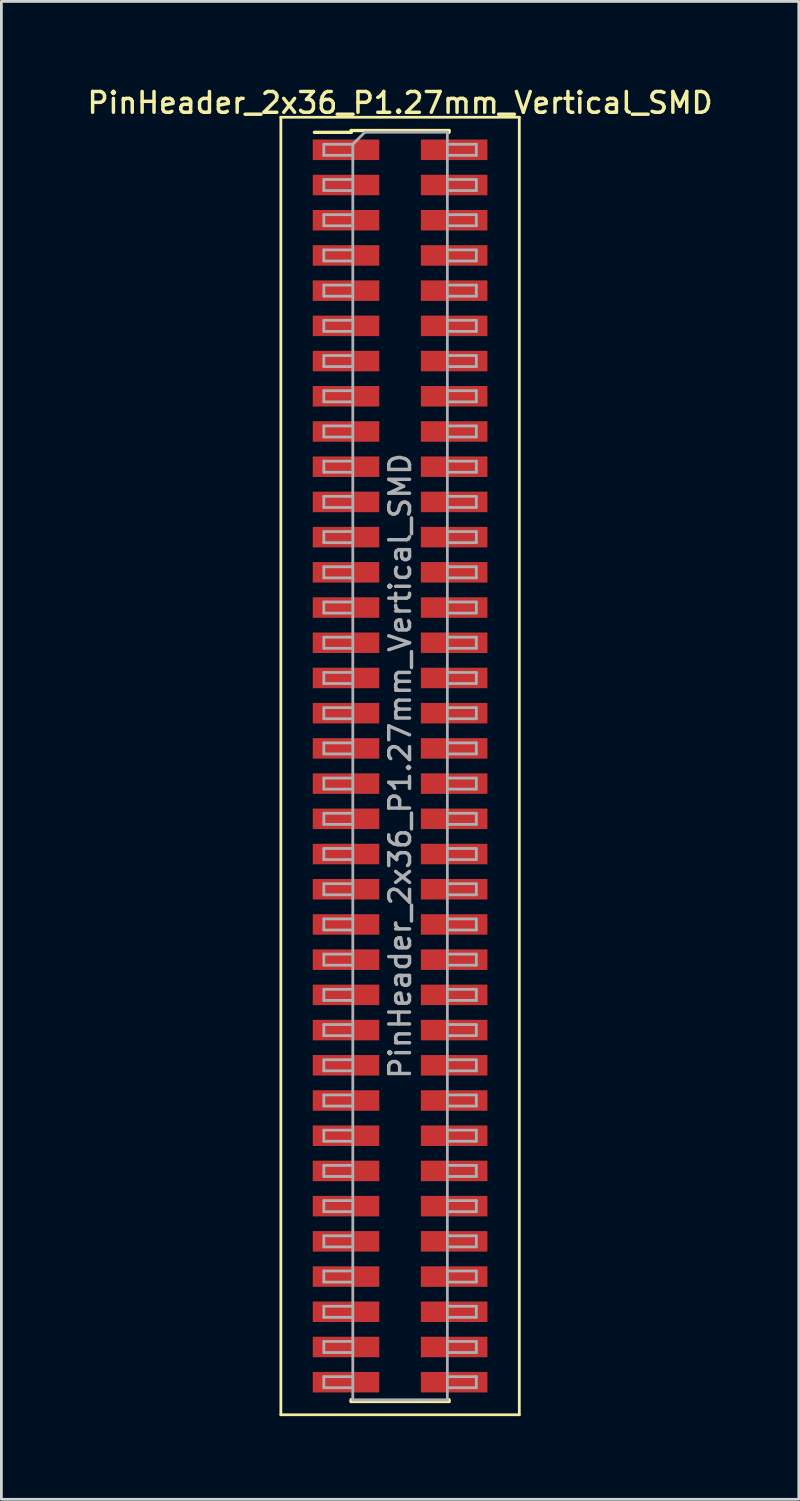
<source format=kicad_pcb>
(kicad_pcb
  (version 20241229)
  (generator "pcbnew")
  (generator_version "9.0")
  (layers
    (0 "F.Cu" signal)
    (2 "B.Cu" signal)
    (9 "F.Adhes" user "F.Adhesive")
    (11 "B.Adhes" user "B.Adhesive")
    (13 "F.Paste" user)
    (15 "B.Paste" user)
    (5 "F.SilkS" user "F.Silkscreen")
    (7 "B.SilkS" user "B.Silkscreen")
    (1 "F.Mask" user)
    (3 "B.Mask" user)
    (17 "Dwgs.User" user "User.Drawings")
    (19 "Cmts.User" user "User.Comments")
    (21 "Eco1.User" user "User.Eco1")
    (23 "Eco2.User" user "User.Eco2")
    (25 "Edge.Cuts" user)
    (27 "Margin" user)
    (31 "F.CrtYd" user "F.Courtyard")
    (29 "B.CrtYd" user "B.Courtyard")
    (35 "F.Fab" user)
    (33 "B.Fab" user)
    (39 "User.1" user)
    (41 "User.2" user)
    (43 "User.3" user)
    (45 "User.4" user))
  (footprint "PinHeader_2x36_P1.27mm_Vertical_SMD"
    (layer "F.Cu")
    (at 11.38 24.578)
    (property "Reference" "PinHeader_2x36_P1.27mm_Vertical_SMD" (at 0 -23.92 0) (layer "F.SilkS") (effects (font (size 0.75 0.75) (thickness 0.125))))
    (attr smd)
    (fp_line (start -4.3 -23.4) (end -4.3 23.4) (stroke (width 0.1) (type solid)) (layer "F.SilkS"))
    (fp_line (start -4.3 23.4) (end 4.3 23.4) (stroke (width 0.1) (type solid)) (layer "F.SilkS"))
    (fp_line (start -3.09 -22.855) (end -1.765 -22.855) (stroke (width 0.12) (type solid)) (layer "F.SilkS"))
    (fp_line (start -1.765 -22.92) (end -1.765 -22.855) (stroke (width 0.12) (type solid)) (layer "F.SilkS"))
    (fp_line (start -1.765 -22.92) (end 1.765 -22.92) (stroke (width 0.12) (type solid)) (layer "F.SilkS"))
    (fp_line (start -1.765 22.855) (end -1.765 22.92) (stroke (width 0.12) (type solid)) (layer "F.SilkS"))
    (fp_line (start -1.765 22.92) (end 1.765 22.92) (stroke (width 0.12) (type solid)) (layer "F.SilkS"))
    (fp_line (start 1.765 -22.92) (end 1.765 -22.855) (stroke (width 0.12) (type solid)) (layer "F.SilkS"))
    (fp_line (start 1.765 22.855) (end 1.765 22.92) (stroke (width 0.12) (type solid)) (layer "F.SilkS"))
    (fp_line (start 4.3 -23.4) (end -4.3 -23.4) (stroke (width 0.1) (type solid)) (layer "F.SilkS"))
    (fp_line (start 4.3 23.4) (end 4.3 -23.4) (stroke (width 0.1) (type solid)) (layer "F.SilkS"))
    (fp_line (start -2.75 -22.425) (end -2.75 -22.025) (stroke (width 0.1) (type solid)) (layer "F.Fab"))
    (fp_line (start -2.75 -22.025) (end -1.705 -22.025) (stroke (width 0.1) (type solid)) (layer "F.Fab"))
    (fp_line (start -2.75 -21.155) (end -2.75 -20.755) (stroke (width 0.1) (type solid)) (layer "F.Fab"))
    (fp_line (start -2.75 -20.755) (end -1.705 -20.755) (stroke (width 0.1) (type solid)) (layer "F.Fab"))
    (fp_line (start -2.75 -19.885) (end -2.75 -19.485) (stroke (width 0.1) (type solid)) (layer "F.Fab"))
    (fp_line (start -2.75 -19.485) (end -1.705 -19.485) (stroke (width 0.1) (type solid)) (layer "F.Fab"))
    (fp_line (start -2.75 -18.615) (end -2.75 -18.215) (stroke (width 0.1) (type solid)) (layer "F.Fab"))
    (fp_line (start -2.75 -18.215) (end -1.705 -18.215) (stroke (width 0.1) (type solid)) (layer "F.Fab"))
    (fp_line (start -2.75 -17.345) (end -2.75 -16.945) (stroke (width 0.1) (type solid)) (layer "F.Fab"))
    (fp_line (start -2.75 -16.945) (end -1.705 -16.945) (stroke (width 0.1) (type solid)) (layer "F.Fab"))
    (fp_line (start -2.75 -16.075) (end -2.75 -15.675) (stroke (width 0.1) (type solid)) (layer "F.Fab"))
    (fp_line (start -2.75 -15.675) (end -1.705 -15.675) (stroke (width 0.1) (type solid)) (layer "F.Fab"))
    (fp_line (start -2.75 -14.805) (end -2.75 -14.405) (stroke (width 0.1) (type solid)) (layer "F.Fab"))
    (fp_line (start -2.75 -14.405) (end -1.705 -14.405) (stroke (width 0.1) (type solid)) (layer "F.Fab"))
    (fp_line (start -2.75 -13.535) (end -2.75 -13.135) (stroke (width 0.1) (type solid)) (layer "F.Fab"))
    (fp_line (start -2.75 -13.135) (end -1.705 -13.135) (stroke (width 0.1) (type solid)) (layer "F.Fab"))
    (fp_line (start -2.75 -12.265) (end -2.75 -11.865) (stroke (width 0.1) (type solid)) (layer "F.Fab"))
    (fp_line (start -2.75 -11.865) (end -1.705 -11.865) (stroke (width 0.1) (type solid)) (layer "F.Fab"))
    (fp_line (start -2.75 -10.995) (end -2.75 -10.595) (stroke (width 0.1) (type solid)) (layer "F.Fab"))
    (fp_line (start -2.75 -10.595) (end -1.705 -10.595) (stroke (width 0.1) (type solid)) (layer "F.Fab"))
    (fp_line (start -2.75 -9.725) (end -2.75 -9.325) (stroke (width 0.1) (type solid)) (layer "F.Fab"))
    (fp_line (start -2.75 -9.325) (end -1.705 -9.325) (stroke (width 0.1) (type solid)) (layer "F.Fab"))
    (fp_line (start -2.75 -8.455) (end -2.75 -8.055) (stroke (width 0.1) (type solid)) (layer "F.Fab"))
    (fp_line (start -2.75 -8.055) (end -1.705 -8.055) (stroke (width 0.1) (type solid)) (layer "F.Fab"))
    (fp_line (start -2.75 -7.185) (end -2.75 -6.785) (stroke (width 0.1) (type solid)) (layer "F.Fab"))
    (fp_line (start -2.75 -6.785) (end -1.705 -6.785) (stroke (width 0.1) (type solid)) (layer "F.Fab"))
    (fp_line (start -2.75 -5.915) (end -2.75 -5.515) (stroke (width 0.1) (type solid)) (layer "F.Fab"))
    (fp_line (start -2.75 -5.515) (end -1.705 -5.515) (stroke (width 0.1) (type solid)) (layer "F.Fab"))
    (fp_line (start -2.75 -4.645) (end -2.75 -4.245) (stroke (width 0.1) (type solid)) (layer "F.Fab"))
    (fp_line (start -2.75 -4.245) (end -1.705 -4.245) (stroke (width 0.1) (type solid)) (layer "F.Fab"))
    (fp_line (start -2.75 -3.375) (end -2.75 -2.975) (stroke (width 0.1) (type solid)) (layer "F.Fab"))
    (fp_line (start -2.75 -2.975) (end -1.705 -2.975) (stroke (width 0.1) (type solid)) (layer "F.Fab"))
    (fp_line (start -2.75 -2.105) (end -2.75 -1.705) (stroke (width 0.1) (type solid)) (layer "F.Fab"))
    (fp_line (start -2.75 -1.705) (end -1.705 -1.705) (stroke (width 0.1) (type solid)) (layer "F.Fab"))
    (fp_line (start -2.75 -0.835) (end -2.75 -0.435) (stroke (width 0.1) (type solid)) (layer "F.Fab"))
    (fp_line (start -2.75 -0.435) (end -1.705 -0.435) (stroke (width 0.1) (type solid)) (layer "F.Fab"))
    (fp_line (start -2.75 0.435) (end -2.75 0.835) (stroke (width 0.1) (type solid)) (layer "F.Fab"))
    (fp_line (start -2.75 0.835) (end -1.705 0.835) (stroke (width 0.1) (type solid)) (layer "F.Fab"))
    (fp_line (start -2.75 1.705) (end -2.75 2.105) (stroke (width 0.1) (type solid)) (layer "F.Fab"))
    (fp_line (start -2.75 2.105) (end -1.705 2.105) (stroke (width 0.1) (type solid)) (layer "F.Fab"))
    (fp_line (start -2.75 2.975) (end -2.75 3.375) (stroke (width 0.1) (type solid)) (layer "F.Fab"))
    (fp_line (start -2.75 3.375) (end -1.705 3.375) (stroke (width 0.1) (type solid)) (layer "F.Fab"))
    (fp_line (start -2.75 4.245) (end -2.75 4.645) (stroke (width 0.1) (type solid)) (layer "F.Fab"))
    (fp_line (start -2.75 4.645) (end -1.705 4.645) (stroke (width 0.1) (type solid)) (layer "F.Fab"))
    (fp_line (start -2.75 5.515) (end -2.75 5.915) (stroke (width 0.1) (type solid)) (layer "F.Fab"))
    (fp_line (start -2.75 5.915) (end -1.705 5.915) (stroke (width 0.1) (type solid)) (layer "F.Fab"))
    (fp_line (start -2.75 6.785) (end -2.75 7.185) (stroke (width 0.1) (type solid)) (layer "F.Fab"))
    (fp_line (start -2.75 7.185) (end -1.705 7.185) (stroke (width 0.1) (type solid)) (layer "F.Fab"))
    (fp_line (start -2.75 8.055) (end -2.75 8.455) (stroke (width 0.1) (type solid)) (layer "F.Fab"))
    (fp_line (start -2.75 8.455) (end -1.705 8.455) (stroke (width 0.1) (type solid)) (layer "F.Fab"))
    (fp_line (start -2.75 9.325) (end -2.75 9.725) (stroke (width 0.1) (type solid)) (layer "F.Fab"))
    (fp_line (start -2.75 9.725) (end -1.705 9.725) (stroke (width 0.1) (type solid)) (layer "F.Fab"))
    (fp_line (start -2.75 10.595) (end -2.75 10.995) (stroke (width 0.1) (type solid)) (layer "F.Fab"))
    (fp_line (start -2.75 10.995) (end -1.705 10.995) (stroke (width 0.1) (type solid)) (layer "F.Fab"))
    (fp_line (start -2.75 11.865) (end -2.75 12.265) (stroke (width 0.1) (type solid)) (layer "F.Fab"))
    (fp_line (start -2.75 12.265) (end -1.705 12.265) (stroke (width 0.1) (type solid)) (layer "F.Fab"))
    (fp_line (start -2.75 13.135) (end -2.75 13.535) (stroke (width 0.1) (type solid)) (layer "F.Fab"))
    (fp_line (start -2.75 13.535) (end -1.705 13.535) (stroke (width 0.1) (type solid)) (layer "F.Fab"))
    (fp_line (start -2.75 14.405) (end -2.75 14.805) (stroke (width 0.1) (type solid)) (layer "F.Fab"))
    (fp_line (start -2.75 14.805) (end -1.705 14.805) (stroke (width 0.1) (type solid)) (layer "F.Fab"))
    (fp_line (start -2.75 15.675) (end -2.75 16.075) (stroke (width 0.1) (type solid)) (layer "F.Fab"))
    (fp_line (start -2.75 16.075) (end -1.705 16.075) (stroke (width 0.1) (type solid)) (layer "F.Fab"))
    (fp_line (start -2.75 16.945) (end -2.75 17.345) (stroke (width 0.1) (type solid)) (layer "F.Fab"))
    (fp_line (start -2.75 17.345) (end -1.705 17.345) (stroke (width 0.1) (type solid)) (layer "F.Fab"))
    (fp_line (start -2.75 18.215) (end -2.75 18.615) (stroke (width 0.1) (type solid)) (layer "F.Fab"))
    (fp_line (start -2.75 18.615) (end -1.705 18.615) (stroke (width 0.1) (type solid)) (layer "F.Fab"))
    (fp_line (start -2.75 19.485) (end -2.75 19.885) (stroke (width 0.1) (type solid)) (layer "F.Fab"))
    (fp_line (start -2.75 19.885) (end -1.705 19.885) (stroke (width 0.1) (type solid)) (layer "F.Fab"))
    (fp_line (start -2.75 20.755) (end -2.75 21.155) (stroke (width 0.1) (type solid)) (layer "F.Fab"))
    (fp_line (start -2.75 21.155) (end -1.705 21.155) (stroke (width 0.1) (type solid)) (layer "F.Fab"))
    (fp_line (start -2.75 22.025) (end -2.75 22.425) (stroke (width 0.1) (type solid)) (layer "F.Fab"))
    (fp_line (start -2.75 22.425) (end -1.705 22.425) (stroke (width 0.1) (type solid)) (layer "F.Fab"))
    (fp_line (start -1.705 -22.425) (end -2.75 -22.425) (stroke (width 0.1) (type solid)) (layer "F.Fab"))
    (fp_line (start -1.705 -22.425) (end -1.27 -22.86) (stroke (width 0.1) (type solid)) (layer "F.Fab"))
    (fp_line (start -1.705 -21.155) (end -2.75 -21.155) (stroke (width 0.1) (type solid)) (layer "F.Fab"))
    (fp_line (start -1.705 -19.885) (end -2.75 -19.885) (stroke (width 0.1) (type solid)) (layer "F.Fab"))
    (fp_line (start -1.705 -18.615) (end -2.75 -18.615) (stroke (width 0.1) (type solid)) (layer "F.Fab"))
    (fp_line (start -1.705 -17.345) (end -2.75 -17.345) (stroke (width 0.1) (type solid)) (layer "F.Fab"))
    (fp_line (start -1.705 -16.075) (end -2.75 -16.075) (stroke (width 0.1) (type solid)) (layer "F.Fab"))
    (fp_line (start -1.705 -14.805) (end -2.75 -14.805) (stroke (width 0.1) (type solid)) (layer "F.Fab"))
    (fp_line (start -1.705 -13.535) (end -2.75 -13.535) (stroke (width 0.1) (type solid)) (layer "F.Fab"))
    (fp_line (start -1.705 -12.265) (end -2.75 -12.265) (stroke (width 0.1) (type solid)) (layer "F.Fab"))
    (fp_line (start -1.705 -10.995) (end -2.75 -10.995) (stroke (width 0.1) (type solid)) (layer "F.Fab"))
    (fp_line (start -1.705 -9.725) (end -2.75 -9.725) (stroke (width 0.1) (type solid)) (layer "F.Fab"))
    (fp_line (start -1.705 -8.455) (end -2.75 -8.455) (stroke (width 0.1) (type solid)) (layer "F.Fab"))
    (fp_line (start -1.705 -7.185) (end -2.75 -7.185) (stroke (width 0.1) (type solid)) (layer "F.Fab"))
    (fp_line (start -1.705 -5.915) (end -2.75 -5.915) (stroke (width 0.1) (type solid)) (layer "F.Fab"))
    (fp_line (start -1.705 -4.645) (end -2.75 -4.645) (stroke (width 0.1) (type solid)) (layer "F.Fab"))
    (fp_line (start -1.705 -3.375) (end -2.75 -3.375) (stroke (width 0.1) (type solid)) (layer "F.Fab"))
    (fp_line (start -1.705 -2.105) (end -2.75 -2.105) (stroke (width 0.1) (type solid)) (layer "F.Fab"))
    (fp_line (start -1.705 -0.835) (end -2.75 -0.835) (stroke (width 0.1) (type solid)) (layer "F.Fab"))
    (fp_line (start -1.705 0.435) (end -2.75 0.435) (stroke (width 0.1) (type solid)) (layer "F.Fab"))
    (fp_line (start -1.705 1.705) (end -2.75 1.705) (stroke (width 0.1) (type solid)) (layer "F.Fab"))
    (fp_line (start -1.705 2.975) (end -2.75 2.975) (stroke (width 0.1) (type solid)) (layer "F.Fab"))
    (fp_line (start -1.705 4.245) (end -2.75 4.245) (stroke (width 0.1) (type solid)) (layer "F.Fab"))
    (fp_line (start -1.705 5.515) (end -2.75 5.515) (stroke (width 0.1) (type solid)) (layer "F.Fab"))
    (fp_line (start -1.705 6.785) (end -2.75 6.785) (stroke (width 0.1) (type solid)) (layer "F.Fab"))
    (fp_line (start -1.705 8.055) (end -2.75 8.055) (stroke (width 0.1) (type solid)) (layer "F.Fab"))
    (fp_line (start -1.705 9.325) (end -2.75 9.325) (stroke (width 0.1) (type solid)) (layer "F.Fab"))
    (fp_line (start -1.705 10.595) (end -2.75 10.595) (stroke (width 0.1) (type solid)) (layer "F.Fab"))
    (fp_line (start -1.705 11.865) (end -2.75 11.865) (stroke (width 0.1) (type solid)) (layer "F.Fab"))
    (fp_line (start -1.705 13.135) (end -2.75 13.135) (stroke (width 0.1) (type solid)) (layer "F.Fab"))
    (fp_line (start -1.705 14.405) (end -2.75 14.405) (stroke (width 0.1) (type solid)) (layer "F.Fab"))
    (fp_line (start -1.705 15.675) (end -2.75 15.675) (stroke (width 0.1) (type solid)) (layer "F.Fab"))
    (fp_line (start -1.705 16.945) (end -2.75 16.945) (stroke (width 0.1) (type solid)) (layer "F.Fab"))
    (fp_line (start -1.705 18.215) (end -2.75 18.215) (stroke (width 0.1) (type solid)) (layer "F.Fab"))
    (fp_line (start -1.705 19.485) (end -2.75 19.485) (stroke (width 0.1) (type solid)) (layer "F.Fab"))
    (fp_line (start -1.705 20.755) (end -2.75 20.755) (stroke (width 0.1) (type solid)) (layer "F.Fab"))
    (fp_line (start -1.705 22.025) (end -2.75 22.025) (stroke (width 0.1) (type solid)) (layer "F.Fab"))
    (fp_line (start -1.705 22.86) (end -1.705 -22.425) (stroke (width 0.1) (type solid)) (layer "F.Fab"))
    (fp_line (start -1.27 -22.86) (end 1.705 -22.86) (stroke (width 0.1) (type solid)) (layer "F.Fab"))
    (fp_line (start 1.705 -22.86) (end 1.705 22.86) (stroke (width 0.1) (type solid)) (layer "F.Fab"))
    (fp_line (start 1.705 -22.425) (end 2.75 -22.425) (stroke (width 0.1) (type solid)) (layer "F.Fab"))
    (fp_line (start 1.705 -21.155) (end 2.75 -21.155) (stroke (width 0.1) (type solid)) (layer "F.Fab"))
    (fp_line (start 1.705 -19.885) (end 2.75 -19.885) (stroke (width 0.1) (type solid)) (layer "F.Fab"))
    (fp_line (start 1.705 -18.615) (end 2.75 -18.615) (stroke (width 0.1) (type solid)) (layer "F.Fab"))
    (fp_line (start 1.705 -17.345) (end 2.75 -17.345) (stroke (width 0.1) (type solid)) (layer "F.Fab"))
    (fp_line (start 1.705 -16.075) (end 2.75 -16.075) (stroke (width 0.1) (type solid)) (layer "F.Fab"))
    (fp_line (start 1.705 -14.805) (end 2.75 -14.805) (stroke (width 0.1) (type solid)) (layer "F.Fab"))
    (fp_line (start 1.705 -13.535) (end 2.75 -13.535) (stroke (width 0.1) (type solid)) (layer "F.Fab"))
    (fp_line (start 1.705 -12.265) (end 2.75 -12.265) (stroke (width 0.1) (type solid)) (layer "F.Fab"))
    (fp_line (start 1.705 -10.995) (end 2.75 -10.995) (stroke (width 0.1) (type solid)) (layer "F.Fab"))
    (fp_line (start 1.705 -9.725) (end 2.75 -9.725) (stroke (width 0.1) (type solid)) (layer "F.Fab"))
    (fp_line (start 1.705 -8.455) (end 2.75 -8.455) (stroke (width 0.1) (type solid)) (layer "F.Fab"))
    (fp_line (start 1.705 -7.185) (end 2.75 -7.185) (stroke (width 0.1) (type solid)) (layer "F.Fab"))
    (fp_line (start 1.705 -5.915) (end 2.75 -5.915) (stroke (width 0.1) (type solid)) (layer "F.Fab"))
    (fp_line (start 1.705 -4.645) (end 2.75 -4.645) (stroke (width 0.1) (type solid)) (layer "F.Fab"))
    (fp_line (start 1.705 -3.375) (end 2.75 -3.375) (stroke (width 0.1) (type solid)) (layer "F.Fab"))
    (fp_line (start 1.705 -2.105) (end 2.75 -2.105) (stroke (width 0.1) (type solid)) (layer "F.Fab"))
    (fp_line (start 1.705 -0.835) (end 2.75 -0.835) (stroke (width 0.1) (type solid)) (layer "F.Fab"))
    (fp_line (start 1.705 0.435) (end 2.75 0.435) (stroke (width 0.1) (type solid)) (layer "F.Fab"))
    (fp_line (start 1.705 1.705) (end 2.75 1.705) (stroke (width 0.1) (type solid)) (layer "F.Fab"))
    (fp_line (start 1.705 2.975) (end 2.75 2.975) (stroke (width 0.1) (type solid)) (layer "F.Fab"))
    (fp_line (start 1.705 4.245) (end 2.75 4.245) (stroke (width 0.1) (type solid)) (layer "F.Fab"))
    (fp_line (start 1.705 5.515) (end 2.75 5.515) (stroke (width 0.1) (type solid)) (layer "F.Fab"))
    (fp_line (start 1.705 6.785) (end 2.75 6.785) (stroke (width 0.1) (type solid)) (layer "F.Fab"))
    (fp_line (start 1.705 8.055) (end 2.75 8.055) (stroke (width 0.1) (type solid)) (layer "F.Fab"))
    (fp_line (start 1.705 9.325) (end 2.75 9.325) (stroke (width 0.1) (type solid)) (layer "F.Fab"))
    (fp_line (start 1.705 10.595) (end 2.75 10.595) (stroke (width 0.1) (type solid)) (layer "F.Fab"))
    (fp_line (start 1.705 11.865) (end 2.75 11.865) (stroke (width 0.1) (type solid)) (layer "F.Fab"))
    (fp_line (start 1.705 13.135) (end 2.75 13.135) (stroke (width 0.1) (type solid)) (layer "F.Fab"))
    (fp_line (start 1.705 14.405) (end 2.75 14.405) (stroke (width 0.1) (type solid)) (layer "F.Fab"))
    (fp_line (start 1.705 15.675) (end 2.75 15.675) (stroke (width 0.1) (type solid)) (layer "F.Fab"))
    (fp_line (start 1.705 16.945) (end 2.75 16.945) (stroke (width 0.1) (type solid)) (layer "F.Fab"))
    (fp_line (start 1.705 18.215) (end 2.75 18.215) (stroke (width 0.1) (type solid)) (layer "F.Fab"))
    (fp_line (start 1.705 19.485) (end 2.75 19.485) (stroke (width 0.1) (type solid)) (layer "F.Fab"))
    (fp_line (start 1.705 20.755) (end 2.75 20.755) (stroke (width 0.1) (type solid)) (layer "F.Fab"))
    (fp_line (start 1.705 22.025) (end 2.75 22.025) (stroke (width 0.1) (type solid)) (layer "F.Fab"))
    (fp_line (start 1.705 22.86) (end -1.705 22.86) (stroke (width 0.1) (type solid)) (layer "F.Fab"))
    (fp_line (start 2.75 -22.425) (end 2.75 -22.025) (stroke (width 0.1) (type solid)) (layer "F.Fab"))
    (fp_line (start 2.75 -22.025) (end 1.705 -22.025) (stroke (width 0.1) (type solid)) (layer "F.Fab"))
    (fp_line (start 2.75 -21.155) (end 2.75 -20.755) (stroke (width 0.1) (type solid)) (layer "F.Fab"))
    (fp_line (start 2.75 -20.755) (end 1.705 -20.755) (stroke (width 0.1) (type solid)) (layer "F.Fab"))
    (fp_line (start 2.75 -19.885) (end 2.75 -19.485) (stroke (width 0.1) (type solid)) (layer "F.Fab"))
    (fp_line (start 2.75 -19.485) (end 1.705 -19.485) (stroke (width 0.1) (type solid)) (layer "F.Fab"))
    (fp_line (start 2.75 -18.615) (end 2.75 -18.215) (stroke (width 0.1) (type solid)) (layer "F.Fab"))
    (fp_line (start 2.75 -18.215) (end 1.705 -18.215) (stroke (width 0.1) (type solid)) (layer "F.Fab"))
    (fp_line (start 2.75 -17.345) (end 2.75 -16.945) (stroke (width 0.1) (type solid)) (layer "F.Fab"))
    (fp_line (start 2.75 -16.945) (end 1.705 -16.945) (stroke (width 0.1) (type solid)) (layer "F.Fab"))
    (fp_line (start 2.75 -16.075) (end 2.75 -15.675) (stroke (width 0.1) (type solid)) (layer "F.Fab"))
    (fp_line (start 2.75 -15.675) (end 1.705 -15.675) (stroke (width 0.1) (type solid)) (layer "F.Fab"))
    (fp_line (start 2.75 -14.805) (end 2.75 -14.405) (stroke (width 0.1) (type solid)) (layer "F.Fab"))
    (fp_line (start 2.75 -14.405) (end 1.705 -14.405) (stroke (width 0.1) (type solid)) (layer "F.Fab"))
    (fp_line (start 2.75 -13.535) (end 2.75 -13.135) (stroke (width 0.1) (type solid)) (layer "F.Fab"))
    (fp_line (start 2.75 -13.135) (end 1.705 -13.135) (stroke (width 0.1) (type solid)) (layer "F.Fab"))
    (fp_line (start 2.75 -12.265) (end 2.75 -11.865) (stroke (width 0.1) (type solid)) (layer "F.Fab"))
    (fp_line (start 2.75 -11.865) (end 1.705 -11.865) (stroke (width 0.1) (type solid)) (layer "F.Fab"))
    (fp_line (start 2.75 -10.995) (end 2.75 -10.595) (stroke (width 0.1) (type solid)) (layer "F.Fab"))
    (fp_line (start 2.75 -10.595) (end 1.705 -10.595) (stroke (width 0.1) (type solid)) (layer "F.Fab"))
    (fp_line (start 2.75 -9.725) (end 2.75 -9.325) (stroke (width 0.1) (type solid)) (layer "F.Fab"))
    (fp_line (start 2.75 -9.325) (end 1.705 -9.325) (stroke (width 0.1) (type solid)) (layer "F.Fab"))
    (fp_line (start 2.75 -8.455) (end 2.75 -8.055) (stroke (width 0.1) (type solid)) (layer "F.Fab"))
    (fp_line (start 2.75 -8.055) (end 1.705 -8.055) (stroke (width 0.1) (type solid)) (layer "F.Fab"))
    (fp_line (start 2.75 -7.185) (end 2.75 -6.785) (stroke (width 0.1) (type solid)) (layer "F.Fab"))
    (fp_line (start 2.75 -6.785) (end 1.705 -6.785) (stroke (width 0.1) (type solid)) (layer "F.Fab"))
    (fp_line (start 2.75 -5.915) (end 2.75 -5.515) (stroke (width 0.1) (type solid)) (layer "F.Fab"))
    (fp_line (start 2.75 -5.515) (end 1.705 -5.515) (stroke (width 0.1) (type solid)) (layer "F.Fab"))
    (fp_line (start 2.75 -4.645) (end 2.75 -4.245) (stroke (width 0.1) (type solid)) (layer "F.Fab"))
    (fp_line (start 2.75 -4.245) (end 1.705 -4.245) (stroke (width 0.1) (type solid)) (layer "F.Fab"))
    (fp_line (start 2.75 -3.375) (end 2.75 -2.975) (stroke (width 0.1) (type solid)) (layer "F.Fab"))
    (fp_line (start 2.75 -2.975) (end 1.705 -2.975) (stroke (width 0.1) (type solid)) (layer "F.Fab"))
    (fp_line (start 2.75 -2.105) (end 2.75 -1.705) (stroke (width 0.1) (type solid)) (layer "F.Fab"))
    (fp_line (start 2.75 -1.705) (end 1.705 -1.705) (stroke (width 0.1) (type solid)) (layer "F.Fab"))
    (fp_line (start 2.75 -0.835) (end 2.75 -0.435) (stroke (width 0.1) (type solid)) (layer "F.Fab"))
    (fp_line (start 2.75 -0.435) (end 1.705 -0.435) (stroke (width 0.1) (type solid)) (layer "F.Fab"))
    (fp_line (start 2.75 0.435) (end 2.75 0.835) (stroke (width 0.1) (type solid)) (layer "F.Fab"))
    (fp_line (start 2.75 0.835) (end 1.705 0.835) (stroke (width 0.1) (type solid)) (layer "F.Fab"))
    (fp_line (start 2.75 1.705) (end 2.75 2.105) (stroke (width 0.1) (type solid)) (layer "F.Fab"))
    (fp_line (start 2.75 2.105) (end 1.705 2.105) (stroke (width 0.1) (type solid)) (layer "F.Fab"))
    (fp_line (start 2.75 2.975) (end 2.75 3.375) (stroke (width 0.1) (type solid)) (layer "F.Fab"))
    (fp_line (start 2.75 3.375) (end 1.705 3.375) (stroke (width 0.1) (type solid)) (layer "F.Fab"))
    (fp_line (start 2.75 4.245) (end 2.75 4.645) (stroke (width 0.1) (type solid)) (layer "F.Fab"))
    (fp_line (start 2.75 4.645) (end 1.705 4.645) (stroke (width 0.1) (type solid)) (layer "F.Fab"))
    (fp_line (start 2.75 5.515) (end 2.75 5.915) (stroke (width 0.1) (type solid)) (layer "F.Fab"))
    (fp_line (start 2.75 5.915) (end 1.705 5.915) (stroke (width 0.1) (type solid)) (layer "F.Fab"))
    (fp_line (start 2.75 6.785) (end 2.75 7.185) (stroke (width 0.1) (type solid)) (layer "F.Fab"))
    (fp_line (start 2.75 7.185) (end 1.705 7.185) (stroke (width 0.1) (type solid)) (layer "F.Fab"))
    (fp_line (start 2.75 8.055) (end 2.75 8.455) (stroke (width 0.1) (type solid)) (layer "F.Fab"))
    (fp_line (start 2.75 8.455) (end 1.705 8.455) (stroke (width 0.1) (type solid)) (layer "F.Fab"))
    (fp_line (start 2.75 9.325) (end 2.75 9.725) (stroke (width 0.1) (type solid)) (layer "F.Fab"))
    (fp_line (start 2.75 9.725) (end 1.705 9.725) (stroke (width 0.1) (type solid)) (layer "F.Fab"))
    (fp_line (start 2.75 10.595) (end 2.75 10.995) (stroke (width 0.1) (type solid)) (layer "F.Fab"))
    (fp_line (start 2.75 10.995) (end 1.705 10.995) (stroke (width 0.1) (type solid)) (layer "F.Fab"))
    (fp_line (start 2.75 11.865) (end 2.75 12.265) (stroke (width 0.1) (type solid)) (layer "F.Fab"))
    (fp_line (start 2.75 12.265) (end 1.705 12.265) (stroke (width 0.1) (type solid)) (layer "F.Fab"))
    (fp_line (start 2.75 13.135) (end 2.75 13.535) (stroke (width 0.1) (type solid)) (layer "F.Fab"))
    (fp_line (start 2.75 13.535) (end 1.705 13.535) (stroke (width 0.1) (type solid)) (layer "F.Fab"))
    (fp_line (start 2.75 14.405) (end 2.75 14.805) (stroke (width 0.1) (type solid)) (layer "F.Fab"))
    (fp_line (start 2.75 14.805) (end 1.705 14.805) (stroke (width 0.1) (type solid)) (layer "F.Fab"))
    (fp_line (start 2.75 15.675) (end 2.75 16.075) (stroke (width 0.1) (type solid)) (layer "F.Fab"))
    (fp_line (start 2.75 16.075) (end 1.705 16.075) (stroke (width 0.1) (type solid)) (layer "F.Fab"))
    (fp_line (start 2.75 16.945) (end 2.75 17.345) (stroke (width 0.1) (type solid)) (layer "F.Fab"))
    (fp_line (start 2.75 17.345) (end 1.705 17.345) (stroke (width 0.1) (type solid)) (layer "F.Fab"))
    (fp_line (start 2.75 18.215) (end 2.75 18.615) (stroke (width 0.1) (type solid)) (layer "F.Fab"))
    (fp_line (start 2.75 18.615) (end 1.705 18.615) (stroke (width 0.1) (type solid)) (layer "F.Fab"))
    (fp_line (start 2.75 19.485) (end 2.75 19.885) (stroke (width 0.1) (type solid)) (layer "F.Fab"))
    (fp_line (start 2.75 19.885) (end 1.705 19.885) (stroke (width 0.1) (type solid)) (layer "F.Fab"))
    (fp_line (start 2.75 20.755) (end 2.75 21.155) (stroke (width 0.1) (type solid)) (layer "F.Fab"))
    (fp_line (start 2.75 21.155) (end 1.705 21.155) (stroke (width 0.1) (type solid)) (layer "F.Fab"))
    (fp_line (start 2.75 22.025) (end 2.75 22.425) (stroke (width 0.1) (type solid)) (layer "F.Fab"))
    (fp_line (start 2.75 22.425) (end 1.705 22.425) (stroke (width 0.1) (type solid)) (layer "F.Fab"))
    (fp_text user "${REFERENCE}" (at 0 0 90) (layer "F.Fab") (effects (font (size 0.75 0.75) (thickness 0.125))))
    (pad "1" smd rect (at -1.95 -22.225) (size 2.4 0.74) (layers "F.Cu" "F.Mask" "F.Paste"))
    (pad "2" smd rect (at 1.95 -22.225) (size 2.4 0.74) (layers "F.Cu" "F.Mask" "F.Paste"))
    (pad "3" smd rect (at -1.95 -20.955) (size 2.4 0.74) (layers "F.Cu" "F.Mask" "F.Paste"))
    (pad "4" smd rect (at 1.95 -20.955) (size 2.4 0.74) (layers "F.Cu" "F.Mask" "F.Paste"))
    (pad "5" smd rect (at -1.95 -19.685) (size 2.4 0.74) (layers "F.Cu" "F.Mask" "F.Paste"))
    (pad "6" smd rect (at 1.95 -19.685) (size 2.4 0.74) (layers "F.Cu" "F.Mask" "F.Paste"))
    (pad "7" smd rect (at -1.95 -18.415) (size 2.4 0.74) (layers "F.Cu" "F.Mask" "F.Paste"))
    (pad "8" smd rect (at 1.95 -18.415) (size 2.4 0.74) (layers "F.Cu" "F.Mask" "F.Paste"))
    (pad "9" smd rect (at -1.95 -17.145) (size 2.4 0.74) (layers "F.Cu" "F.Mask" "F.Paste"))
    (pad "10" smd rect (at 1.95 -17.145) (size 2.4 0.74) (layers "F.Cu" "F.Mask" "F.Paste"))
    (pad "11" smd rect (at -1.95 -15.875) (size 2.4 0.74) (layers "F.Cu" "F.Mask" "F.Paste"))
    (pad "12" smd rect (at 1.95 -15.875) (size 2.4 0.74) (layers "F.Cu" "F.Mask" "F.Paste"))
    (pad "13" smd rect (at -1.95 -14.605) (size 2.4 0.74) (layers "F.Cu" "F.Mask" "F.Paste"))
    (pad "14" smd rect (at 1.95 -14.605) (size 2.4 0.74) (layers "F.Cu" "F.Mask" "F.Paste"))
    (pad "15" smd rect (at -1.95 -13.335) (size 2.4 0.74) (layers "F.Cu" "F.Mask" "F.Paste"))
    (pad "16" smd rect (at 1.95 -13.335) (size 2.4 0.74) (layers "F.Cu" "F.Mask" "F.Paste"))
    (pad "17" smd rect (at -1.95 -12.065) (size 2.4 0.74) (layers "F.Cu" "F.Mask" "F.Paste"))
    (pad "18" smd rect (at 1.95 -12.065) (size 2.4 0.74) (layers "F.Cu" "F.Mask" "F.Paste"))
    (pad "19" smd rect (at -1.95 -10.795) (size 2.4 0.74) (layers "F.Cu" "F.Mask" "F.Paste"))
    (pad "20" smd rect (at 1.95 -10.795) (size 2.4 0.74) (layers "F.Cu" "F.Mask" "F.Paste"))
    (pad "21" smd rect (at -1.95 -9.525) (size 2.4 0.74) (layers "F.Cu" "F.Mask" "F.Paste"))
    (pad "22" smd rect (at 1.95 -9.525) (size 2.4 0.74) (layers "F.Cu" "F.Mask" "F.Paste"))
    (pad "23" smd rect (at -1.95 -8.255) (size 2.4 0.74) (layers "F.Cu" "F.Mask" "F.Paste"))
    (pad "24" smd rect (at 1.95 -8.255) (size 2.4 0.74) (layers "F.Cu" "F.Mask" "F.Paste"))
    (pad "25" smd rect (at -1.95 -6.985) (size 2.4 0.74) (layers "F.Cu" "F.Mask" "F.Paste"))
    (pad "26" smd rect (at 1.95 -6.985) (size 2.4 0.74) (layers "F.Cu" "F.Mask" "F.Paste"))
    (pad "27" smd rect (at -1.95 -5.715) (size 2.4 0.74) (layers "F.Cu" "F.Mask" "F.Paste"))
    (pad "28" smd rect (at 1.95 -5.715) (size 2.4 0.74) (layers "F.Cu" "F.Mask" "F.Paste"))
    (pad "29" smd rect (at -1.95 -4.445) (size 2.4 0.74) (layers "F.Cu" "F.Mask" "F.Paste"))
    (pad "30" smd rect (at 1.95 -4.445) (size 2.4 0.74) (layers "F.Cu" "F.Mask" "F.Paste"))
    (pad "31" smd rect (at -1.95 -3.175) (size 2.4 0.74) (layers "F.Cu" "F.Mask" "F.Paste"))
    (pad "32" smd rect (at 1.95 -3.175) (size 2.4 0.74) (layers "F.Cu" "F.Mask" "F.Paste"))
    (pad "33" smd rect (at -1.95 -1.905) (size 2.4 0.74) (layers "F.Cu" "F.Mask" "F.Paste"))
    (pad "34" smd rect (at 1.95 -1.905) (size 2.4 0.74) (layers "F.Cu" "F.Mask" "F.Paste"))
    (pad "35" smd rect (at -1.95 -0.635) (size 2.4 0.74) (layers "F.Cu" "F.Mask" "F.Paste"))
    (pad "36" smd rect (at 1.95 -0.635) (size 2.4 0.74) (layers "F.Cu" "F.Mask" "F.Paste"))
    (pad "37" smd rect (at -1.95 0.635) (size 2.4 0.74) (layers "F.Cu" "F.Mask" "F.Paste"))
    (pad "38" smd rect (at 1.95 0.635) (size 2.4 0.74) (layers "F.Cu" "F.Mask" "F.Paste"))
    (pad "39" smd rect (at -1.95 1.905) (size 2.4 0.74) (layers "F.Cu" "F.Mask" "F.Paste"))
    (pad "40" smd rect (at 1.95 1.905) (size 2.4 0.74) (layers "F.Cu" "F.Mask" "F.Paste"))
    (pad "41" smd rect (at -1.95 3.175) (size 2.4 0.74) (layers "F.Cu" "F.Mask" "F.Paste"))
    (pad "42" smd rect (at 1.95 3.175) (size 2.4 0.74) (layers "F.Cu" "F.Mask" "F.Paste"))
    (pad "43" smd rect (at -1.95 4.445) (size 2.4 0.74) (layers "F.Cu" "F.Mask" "F.Paste"))
    (pad "44" smd rect (at 1.95 4.445) (size 2.4 0.74) (layers "F.Cu" "F.Mask" "F.Paste"))
    (pad "45" smd rect (at -1.95 5.715) (size 2.4 0.74) (layers "F.Cu" "F.Mask" "F.Paste"))
    (pad "46" smd rect (at 1.95 5.715) (size 2.4 0.74) (layers "F.Cu" "F.Mask" "F.Paste"))
    (pad "47" smd rect (at -1.95 6.985) (size 2.4 0.74) (layers "F.Cu" "F.Mask" "F.Paste"))
    (pad "48" smd rect (at 1.95 6.985) (size 2.4 0.74) (layers "F.Cu" "F.Mask" "F.Paste"))
    (pad "49" smd rect (at -1.95 8.255) (size 2.4 0.74) (layers "F.Cu" "F.Mask" "F.Paste"))
    (pad "50" smd rect (at 1.95 8.255) (size 2.4 0.74) (layers "F.Cu" "F.Mask" "F.Paste"))
    (pad "51" smd rect (at -1.95 9.525) (size 2.4 0.74) (layers "F.Cu" "F.Mask" "F.Paste"))
    (pad "52" smd rect (at 1.95 9.525) (size 2.4 0.74) (layers "F.Cu" "F.Mask" "F.Paste"))
    (pad "53" smd rect (at -1.95 10.795) (size 2.4 0.74) (layers "F.Cu" "F.Mask" "F.Paste"))
    (pad "54" smd rect (at 1.95 10.795) (size 2.4 0.74) (layers "F.Cu" "F.Mask" "F.Paste"))
    (pad "55" smd rect (at -1.95 12.065) (size 2.4 0.74) (layers "F.Cu" "F.Mask" "F.Paste"))
    (pad "56" smd rect (at 1.95 12.065) (size 2.4 0.74) (layers "F.Cu" "F.Mask" "F.Paste"))
    (pad "57" smd rect (at -1.95 13.335) (size 2.4 0.74) (layers "F.Cu" "F.Mask" "F.Paste"))
    (pad "58" smd rect (at 1.95 13.335) (size 2.4 0.74) (layers "F.Cu" "F.Mask" "F.Paste"))
    (pad "59" smd rect (at -1.95 14.605) (size 2.4 0.74) (layers "F.Cu" "F.Mask" "F.Paste"))
    (pad "60" smd rect (at 1.95 14.605) (size 2.4 0.74) (layers "F.Cu" "F.Mask" "F.Paste"))
    (pad "61" smd rect (at -1.95 15.875) (size 2.4 0.74) (layers "F.Cu" "F.Mask" "F.Paste"))
    (pad "62" smd rect (at 1.95 15.875) (size 2.4 0.74) (layers "F.Cu" "F.Mask" "F.Paste"))
    (pad "63" smd rect (at -1.95 17.145) (size 2.4 0.74) (layers "F.Cu" "F.Mask" "F.Paste"))
    (pad "64" smd rect (at 1.95 17.145) (size 2.4 0.74) (layers "F.Cu" "F.Mask" "F.Paste"))
    (pad "65" smd rect (at -1.95 18.415) (size 2.4 0.74) (layers "F.Cu" "F.Mask" "F.Paste"))
    (pad "66" smd rect (at 1.95 18.415) (size 2.4 0.74) (layers "F.Cu" "F.Mask" "F.Paste"))
    (pad "67" smd rect (at -1.95 19.685) (size 2.4 0.74) (layers "F.Cu" "F.Mask" "F.Paste"))
    (pad "68" smd rect (at 1.95 19.685) (size 2.4 0.74) (layers "F.Cu" "F.Mask" "F.Paste"))
    (pad "69" smd rect (at -1.95 20.955) (size 2.4 0.74) (layers "F.Cu" "F.Mask" "F.Paste"))
    (pad "70" smd rect (at 1.95 20.955) (size 2.4 0.74) (layers "F.Cu" "F.Mask" "F.Paste"))
    (pad "71" smd rect (at -1.95 22.225) (size 2.4 0.74) (layers "F.Cu" "F.Mask" "F.Paste"))
    (pad "72" smd rect (at 1.95 22.225) (size 2.4 0.74) (layers "F.Cu" "F.Mask" "F.Paste")))
  (gr_rect
    (start -3 -3)
    (end 25.761 51.028)
    (stroke (width 0.1) (type default))
    (fill no)
    (layer "Edge.Cuts")))
</source>
